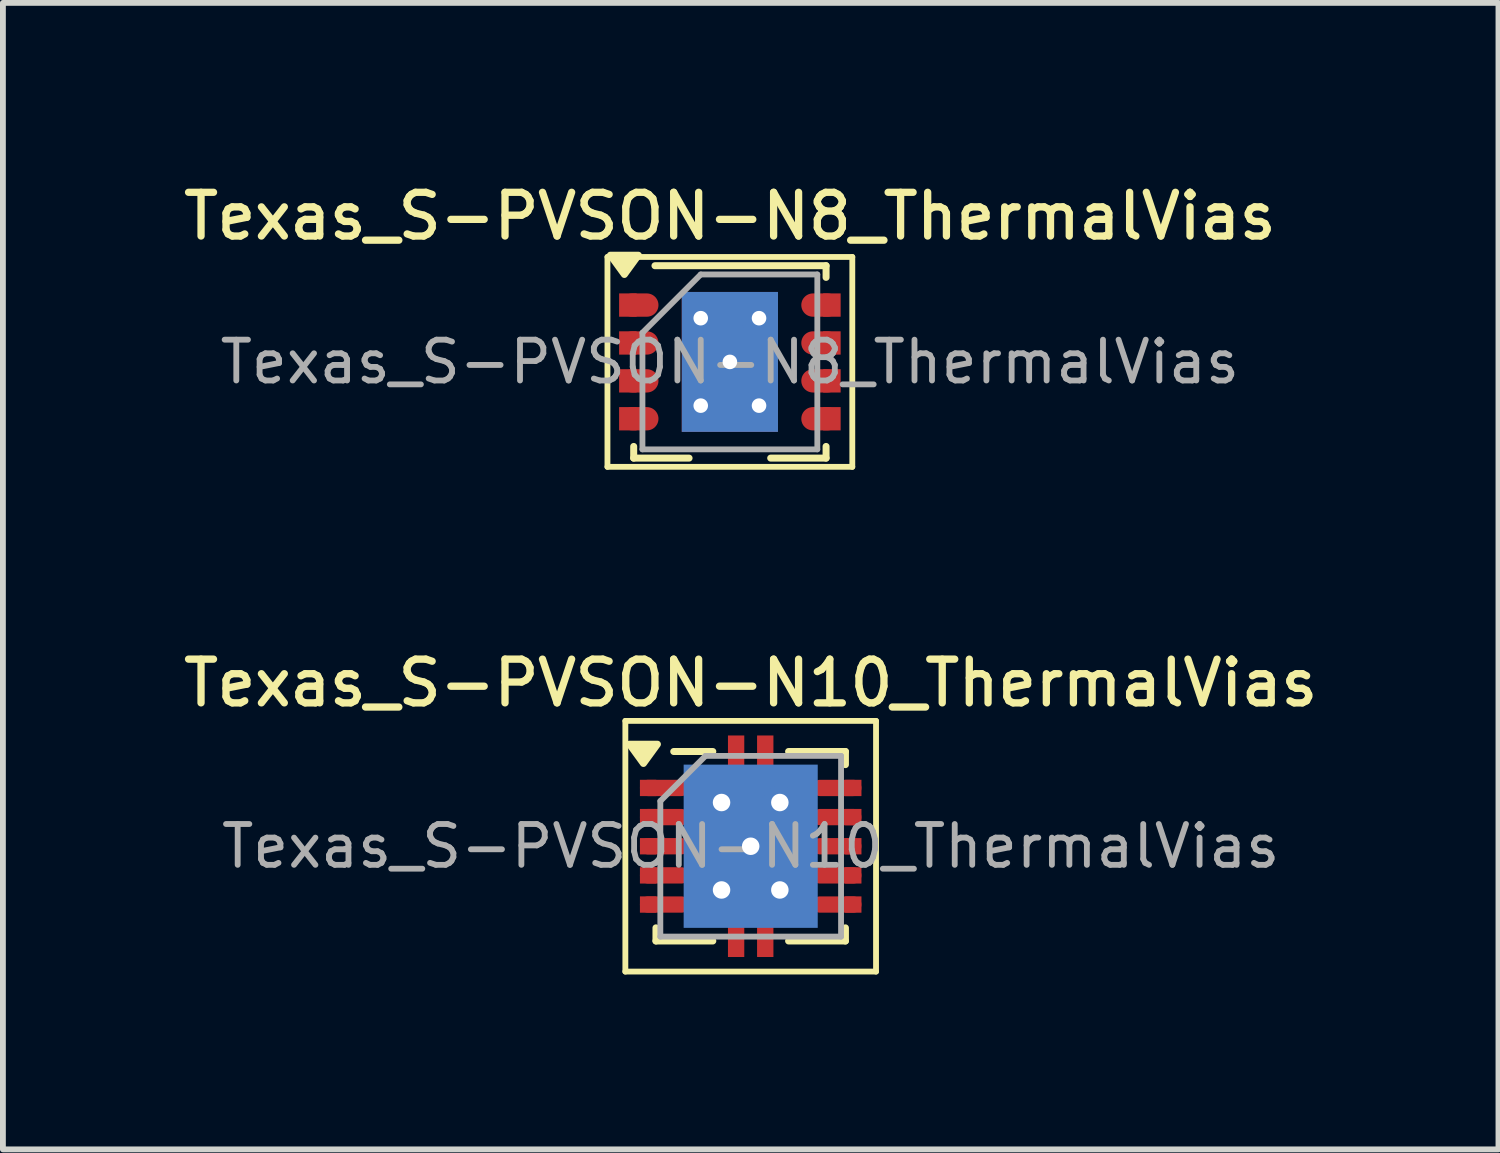
<source format=kicad_pcb>
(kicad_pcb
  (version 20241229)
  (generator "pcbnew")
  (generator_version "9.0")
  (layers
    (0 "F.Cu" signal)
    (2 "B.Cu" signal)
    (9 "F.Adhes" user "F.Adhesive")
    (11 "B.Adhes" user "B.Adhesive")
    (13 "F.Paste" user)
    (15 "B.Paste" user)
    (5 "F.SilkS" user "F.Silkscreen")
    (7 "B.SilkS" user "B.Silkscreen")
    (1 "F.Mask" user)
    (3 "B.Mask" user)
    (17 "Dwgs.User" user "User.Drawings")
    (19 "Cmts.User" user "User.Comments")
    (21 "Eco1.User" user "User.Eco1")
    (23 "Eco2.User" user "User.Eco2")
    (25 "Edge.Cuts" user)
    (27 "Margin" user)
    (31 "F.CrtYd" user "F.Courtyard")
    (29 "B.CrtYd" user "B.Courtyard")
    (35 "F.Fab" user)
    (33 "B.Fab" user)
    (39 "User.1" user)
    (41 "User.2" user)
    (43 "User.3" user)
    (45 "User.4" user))
  (footprint "Texas_S-PVSON-N10_ThermalVias"
    (layer "F.Cu")
    (at 9.827 11.466)
    (property "Reference" "Texas_S-PVSON-N10_ThermalVias" (at 0 -2.8 0) (layer "F.SilkS") (effects (font (size 0.75 0.75) (thickness 0.125))))
    (attr smd)
    (fp_line (start -2.15 -2.15) (end -2.15 2.15) (stroke (width 0.1) (type solid)) (layer "F.SilkS"))
    (fp_line (start -2.15 -2.15) (end 2.15 -2.15) (stroke (width 0.1) (type solid)) (layer "F.SilkS"))
    (fp_line (start -2.15 2.15) (end 2.15 2.15) (stroke (width 0.1) (type solid)) (layer "F.SilkS"))
    (fp_line (start -1.625 1.625) (end -1.625 1.4) (stroke (width 0.12) (type solid)) (layer "F.SilkS"))
    (fp_line (start -1.625 1.625) (end -0.65 1.625) (stroke (width 0.12) (type solid)) (layer "F.SilkS"))
    (fp_line (start -1.32 -1.625) (end -0.65 -1.625) (stroke (width 0.12) (type solid)) (layer "F.SilkS"))
    (fp_line (start 0.65 -1.625) (end 1.625 -1.625) (stroke (width 0.12) (type solid)) (layer "F.SilkS"))
    (fp_line (start 0.65 1.625) (end 1.625 1.625) (stroke (width 0.12) (type solid)) (layer "F.SilkS"))
    (fp_line (start 1.625 -1.4) (end 1.625 -1.625) (stroke (width 0.12) (type solid)) (layer "F.SilkS"))
    (fp_line (start 1.625 1.4) (end 1.625 1.625) (stroke (width 0.12) (type solid)) (layer "F.SilkS"))
    (fp_line (start 2.15 -2.15) (end 2.15 2.15) (stroke (width 0.1) (type solid)) (layer "F.SilkS"))
    (fp_poly (pts (xy -1.84 -1.42) (xy -2.08 -1.75) (xy -1.6 -1.75) (xy -1.84 -1.42)) (stroke (width 0.12) (type solid)) (fill yes) (layer "F.SilkS"))
    (fp_line (start -1.55 1.55) (end -1.55 -0.775) (stroke (width 0.1) (type solid)) (layer "F.Fab"))
    (fp_line (start -0.775 -1.55) (end -1.55 -0.775) (stroke (width 0.1) (type solid)) (layer "F.Fab"))
    (fp_line (start -0.775 -1.55) (end 1.55 -1.55) (stroke (width 0.1) (type solid)) (layer "F.Fab"))
    (fp_line (start 1.55 -1.55) (end 1.55 1.55) (stroke (width 0.1) (type solid)) (layer "F.Fab"))
    (fp_line (start 1.55 1.55) (end -1.55 1.55) (stroke (width 0.1) (type solid)) (layer "F.Fab"))
    (fp_text user "${REFERENCE}" (at 0 0 0) (layer "F.Fab") (effects (font (size 0.7 0.7) (thickness 0.1))))
    (pad "1" smd rect (at -1.76 -1) (size 0.28 0.28) (layers "F.Cu" "F.Mask" "F.Paste"))
    (pad "1" smd oval (at -1.475 -1) (size 0.85 0.28) (layers "F.Cu" "F.Mask" "F.Paste"))
    (pad "2" smd rect (at -1.76 -0.5) (size 0.28 0.28) (layers "F.Cu" "F.Mask" "F.Paste"))
    (pad "2" smd oval (at -1.475 -0.5) (size 0.85 0.28) (layers "F.Cu" "F.Mask" "F.Paste"))
    (pad "3" smd rect (at -1.76 0) (size 0.28 0.28) (layers "F.Cu" "F.Mask" "F.Paste"))
    (pad "3" smd oval (at -1.475 0) (size 0.85 0.28) (layers "F.Cu" "F.Mask" "F.Paste"))
    (pad "4" smd rect (at -1.76 0.5) (size 0.28 0.28) (layers "F.Cu" "F.Mask" "F.Paste"))
    (pad "4" smd oval (at -1.475 0.5) (size 0.85 0.28) (layers "F.Cu" "F.Mask" "F.Paste"))
    (pad "5" smd rect (at -1.76 1) (size 0.28 0.28) (layers "F.Cu" "F.Mask" "F.Paste"))
    (pad "5" smd oval (at -1.475 1) (size 0.85 0.28) (layers "F.Cu" "F.Mask" "F.Paste"))
    (pad "6" smd oval (at 1.475 1) (size 0.85 0.28) (layers "F.Cu" "F.Mask" "F.Paste"))
    (pad "6" smd rect (at 1.76 1) (size 0.28 0.28) (layers "F.Cu" "F.Mask" "F.Paste"))
    (pad "7" smd oval (at 1.475 0.5) (size 0.85 0.28) (layers "F.Cu" "F.Mask" "F.Paste"))
    (pad "7" smd rect (at 1.76 0.5) (size 0.28 0.28) (layers "F.Cu" "F.Mask" "F.Paste"))
    (pad "8" smd oval (at 1.475 0) (size 0.85 0.28) (layers "F.Cu" "F.Mask" "F.Paste"))
    (pad "8" smd rect (at 1.76 0) (size 0.28 0.28) (layers "F.Cu" "F.Mask" "F.Paste"))
    (pad "9" smd oval (at 1.475 -0.5) (size 0.85 0.28) (layers "F.Cu" "F.Mask" "F.Paste"))
    (pad "9" smd rect (at 1.76 -0.5) (size 0.28 0.28) (layers "F.Cu" "F.Mask" "F.Paste"))
    (pad "10" smd oval (at 1.475 -1) (size 0.85 0.28) (layers "F.Cu" "F.Mask" "F.Paste"))
    (pad "10" smd rect (at 1.76 -1) (size 0.28 0.28) (layers "F.Cu" "F.Mask" "F.Paste"))
    (pad "11" thru_hole circle (at -0.5 -0.75) (size 0.6 0.6) (drill 0.3) (layers "*.Cu" "*.Mask"))
    (pad "11" thru_hole circle (at -0.5 0.75) (size 0.6 0.6) (drill 0.3) (layers "*.Cu" "*.Mask"))
    (pad "11" smd rect (at -0.45 -0.635) (size 0.68 1.05) (layers "F.Cu" "F.Mask" "F.Paste"))
    (pad "11" smd rect (at -0.45 0.635) (size 0.68 1.05) (layers "F.Cu" "F.Mask" "F.Paste"))
    (pad "11" smd rect (at -0.25 -1.63) (size 0.26 0.5) (layers "F.Cu" "F.Mask" "F.Paste"))
    (pad "11" smd rect (at -0.25 -1.55) (size 0.28 0.7) (layers "F.Cu" "F.Mask"))
    (pad "11" smd rect (at -0.25 1.55) (size 0.28 0.7) (layers "F.Cu" "F.Mask"))
    (pad "11" smd rect (at -0.25 1.63) (size 0.26 0.5) (layers "F.Cu" "F.Mask" "F.Paste"))
    (pad "11" thru_hole circle (at 0 0) (size 0.6 0.6) (drill 0.3) (layers "*.Cu" "*.Mask"))
    (pad "11" smd rect (at 0 0) (size 1.65 2.4) (layers "F.Cu" "F.Mask"))
    (pad "11" smd rect (at 0 0) (size 2.3 2.8) (layers "B.Cu"))
    (pad "11" smd rect (at 0.25 -1.63) (size 0.26 0.5) (layers "F.Cu" "F.Mask" "F.Paste"))
    (pad "11" smd rect (at 0.25 -1.55) (size 0.28 0.7) (layers "F.Cu" "F.Mask"))
    (pad "11" smd rect (at 0.25 1.55) (size 0.28 0.7) (layers "F.Cu" "F.Mask"))
    (pad "11" smd rect (at 0.25 1.63) (size 0.26 0.5) (layers "F.Cu" "F.Mask" "F.Paste"))
    (pad "11" smd rect (at 0.45 -0.635) (size 0.68 1.05) (layers "F.Cu" "F.Mask" "F.Paste"))
    (pad "11" smd rect (at 0.45 0.635) (size 0.68 1.05) (layers "F.Cu" "F.Mask" "F.Paste"))
    (pad "11" thru_hole circle (at 0.5 -0.75) (size 0.6 0.6) (drill 0.3) (layers "*.Cu" "*.Mask"))
    (pad "11" thru_hole circle (at 0.5 0.75) (size 0.6 0.6) (drill 0.3) (layers "*.Cu" "*.Mask")))
  (footprint "Texas_S-PVSON-N8_ThermalVias"
    (layer "F.Cu")
    (at 9.47 3.158)
    (property "Reference" "Texas_S-PVSON-N8_ThermalVias" (at 0 -2.5 0) (layer "F.SilkS") (effects (font (size 0.75 0.75) (thickness 0.125))))
    (attr smd)
    (fp_line (start -2.1 -1.8) (end -2.1 1.8) (stroke (width 0.1) (type solid)) (layer "F.SilkS"))
    (fp_line (start -2.1 -1.8) (end 2.1 -1.8) (stroke (width 0.1) (type solid)) (layer "F.SilkS"))
    (fp_line (start -2.1 1.8) (end 2.1 1.8) (stroke (width 0.1) (type solid)) (layer "F.SilkS"))
    (fp_line (start -1.65 1.65) (end -1.65 1.45) (stroke (width 0.12) (type solid)) (layer "F.SilkS"))
    (fp_line (start -1.65 1.65) (end -0.7 1.65) (stroke (width 0.12) (type solid)) (layer "F.SilkS"))
    (fp_line (start 0.7 1.65) (end 1.65 1.65) (stroke (width 0.12) (type solid)) (layer "F.SilkS"))
    (fp_line (start 1.65 -1.65) (end -1.285 -1.65) (stroke (width 0.12) (type solid)) (layer "F.SilkS"))
    (fp_line (start 1.65 -1.45) (end 1.65 -1.65) (stroke (width 0.12) (type solid)) (layer "F.SilkS"))
    (fp_line (start 1.65 1.45) (end 1.65 1.65) (stroke (width 0.12) (type solid)) (layer "F.SilkS"))
    (fp_line (start 2.1 -1.8) (end 2.1 1.8) (stroke (width 0.1) (type solid)) (layer "F.SilkS"))
    (fp_poly (pts (xy -1.81 -1.5) (xy -2.05 -1.83) (xy -1.57 -1.83) (xy -1.81 -1.5)) (stroke (width 0.12) (type solid)) (fill yes) (layer "F.SilkS"))
    (fp_line (start -1.5 1.5) (end -1.5 -0.5) (stroke (width 0.1) (type solid)) (layer "F.Fab"))
    (fp_line (start -0.5 -1.5) (end -1.5 -0.5) (stroke (width 0.1) (type solid)) (layer "F.Fab"))
    (fp_line (start -0.5 -1.5) (end 1.5 -1.5) (stroke (width 0.1) (type solid)) (layer "F.Fab"))
    (fp_line (start 1.5 -1.5) (end 1.5 1.5) (stroke (width 0.1) (type solid)) (layer "F.Fab"))
    (fp_line (start 1.5 1.5) (end -1.5 1.5) (stroke (width 0.1) (type solid)) (layer "F.Fab"))
    (fp_text user "${REFERENCE}" (at 0 0 0) (layer "F.Fab") (effects (font (size 0.7 0.7) (thickness 0.1))))
    (pad "1" smd rect (at -1.75 -0.975) (size 0.3 0.4) (layers "F.Cu" "F.Mask" "F.Paste"))
    (pad "1" smd oval (at -1.55 -0.975) (size 0.65 0.4) (layers "F.Cu" "F.Mask" "F.Paste"))
    (pad "2" smd rect (at -1.75 -0.325) (size 0.3 0.4) (layers "F.Cu" "F.Mask" "F.Paste"))
    (pad "2" smd oval (at -1.55 -0.325) (size 0.65 0.4) (layers "F.Cu" "F.Mask" "F.Paste"))
    (pad "3" smd rect (at -1.75 0.325) (size 0.3 0.4) (layers "F.Cu" "F.Mask" "F.Paste"))
    (pad "3" smd oval (at -1.55 0.325) (size 0.65 0.4) (layers "F.Cu" "F.Mask" "F.Paste"))
    (pad "4" smd rect (at -1.75 0.975) (size 0.3 0.4) (layers "F.Cu" "F.Mask" "F.Paste"))
    (pad "4" smd oval (at -1.55 0.975) (size 0.65 0.4) (layers "F.Cu" "F.Mask" "F.Paste"))
    (pad "5" smd oval (at 1.55 0.975) (size 0.65 0.4) (layers "F.Cu" "F.Mask" "F.Paste"))
    (pad "5" smd rect (at 1.75 0.975) (size 0.3 0.4) (layers "F.Cu" "F.Mask" "F.Paste"))
    (pad "6" smd oval (at 1.55 0.325) (size 0.65 0.4) (layers "F.Cu" "F.Mask" "F.Paste"))
    (pad "6" smd rect (at 1.75 0.325) (size 0.3 0.4) (layers "F.Cu" "F.Mask" "F.Paste"))
    (pad "7" smd oval (at 1.55 -0.325) (size 0.65 0.4) (layers "F.Cu" "F.Mask" "F.Paste"))
    (pad "7" smd rect (at 1.75 -0.325) (size 0.3 0.4) (layers "F.Cu" "F.Mask" "F.Paste"))
    (pad "8" smd oval (at 1.55 -0.975) (size 0.65 0.4) (layers "F.Cu" "F.Mask" "F.Paste"))
    (pad "8" smd rect (at 1.75 -0.975) (size 0.3 0.4) (layers "F.Cu" "F.Mask" "F.Paste"))
    (pad "9" thru_hole circle (at -0.5 -0.75) (size 0.6 0.6) (drill 0.25) (layers "*.Cu"))
    (pad "9" thru_hole circle (at -0.5 0.75) (size 0.6 0.6) (drill 0.25) (layers "*.Cu"))
    (pad "9" smd rect (at -0.45 -0.625) (size 0.65 1) (layers "F.Cu" "F.Mask" "F.Paste"))
    (pad "9" smd rect (at -0.45 0.625) (size 0.65 1) (layers "F.Cu" "F.Mask" "F.Paste"))
    (pad "9" thru_hole circle (at 0 0) (size 0.6 0.6) (drill 0.25) (layers "*.Cu"))
    (pad "9" smd rect (at 0 0) (size 1.65 2.4) (layers "F.Cu" "F.Mask"))
    (pad "9" smd rect (at 0 0) (size 1.65 2.4) (layers "B.Cu"))
    (pad "9" smd rect (at 0.45 -0.625) (size 0.65 1) (layers "F.Cu" "F.Mask" "F.Paste"))
    (pad "9" smd rect (at 0.45 0.625) (size 0.65 1) (layers "F.Cu" "F.Mask" "F.Paste"))
    (pad "9" thru_hole circle (at 0.5 -0.75) (size 0.6 0.6) (drill 0.25) (layers "*.Cu"))
    (pad "9" thru_hole circle (at 0.5 0.75) (size 0.6 0.6) (drill 0.25) (layers "*.Cu")))
  (gr_rect
    (start -3 -3)
    (end 22.654 16.666)
    (stroke (width 0.1) (type default))
    (fill no)
    (layer "Edge.Cuts")))
</source>
